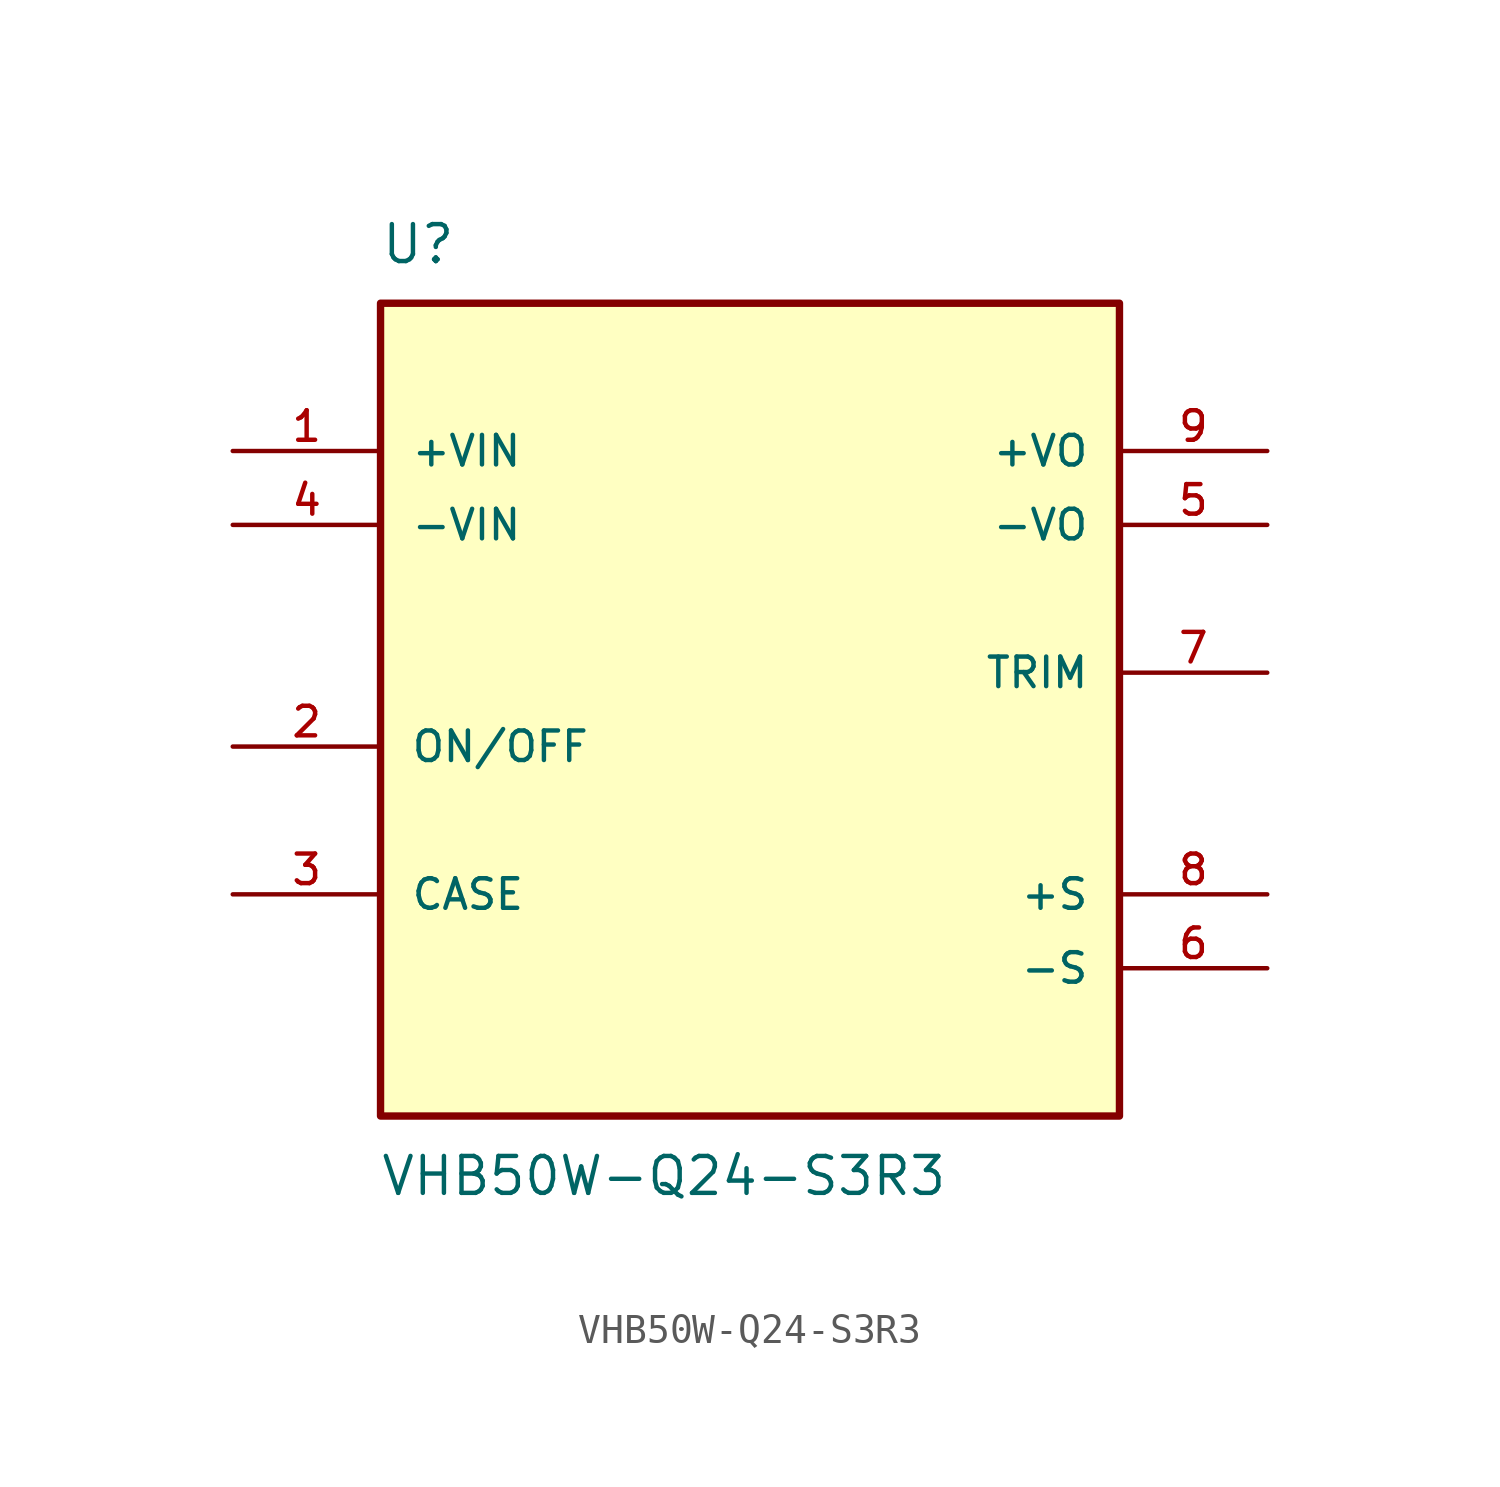
<source format=kicad_sym>
(kicad_symbol_lib
  (version 20211014)
  (generator kicad_symbol_editor)
  (symbol "VHB50W-Q24-S3R3"
    (pin_names
      (offset 1.016))
    (property "Reference" "U"
      (at -12.714 13.986 0)
      (effects (font (size 1.27 1.27)) (justify bottom left)))
    (property "Value" "VHB50W-Q24-S3R3"
      (at -12.738 -16.559 0.0)
      (effects (font (size 1.27 1.27)) (justify top left)))
    (symbol "VHB50W-Q24-S3R3_0_0"
      (rectangle (start -12.7 -15.24) (end 12.7 12.7) (stroke (width 0.254)) (fill (type background)))
      (pin input line (at -17.78 7.62 0) (length 5.08) (name "+VIN" (effects (font (size 1.016 1.016)))) (number "1" (effects (font (size 1.016 1.016)))))
      (pin input line (at -17.78 5.08 0) (length 5.08) (name "-VIN" (effects (font (size 1.016 1.016)))) (number "4" (effects (font (size 1.016 1.016)))))
      (pin output line (at 17.78 7.62 180.0) (length 5.08) (name "+VO" (effects (font (size 1.016 1.016)))) (number "9" (effects (font (size 1.016 1.016)))))
      (pin output line (at 17.78 5.08 180.0) (length 5.08) (name "-VO" (effects (font (size 1.016 1.016)))) (number "5" (effects (font (size 1.016 1.016)))))
      (pin output line (at 17.78 -7.62 180.0) (length 5.08) (name "+S" (effects (font (size 1.016 1.016)))) (number "8" (effects (font (size 1.016 1.016)))))
      (pin output line (at 17.78 -10.16 180.0) (length 5.08) (name "-S" (effects (font (size 1.016 1.016)))) (number "6" (effects (font (size 1.016 1.016)))))
      (pin passive line (at 17.78 0.0 180.0) (length 5.08) (name "TRIM" (effects (font (size 1.016 1.016)))) (number "7" (effects (font (size 1.016 1.016)))))
      (pin passive line (at -17.78 -7.62 0) (length 5.08) (name "CASE" (effects (font (size 1.016 1.016)))) (number "3" (effects (font (size 1.016 1.016)))))
      (pin input line (at -17.78 -2.54 0) (length 5.08) (name "ON/OFF" (effects (font (size 1.016 1.016)))) (number "2" (effects (font (size 1.016 1.016))))))))
</source>
